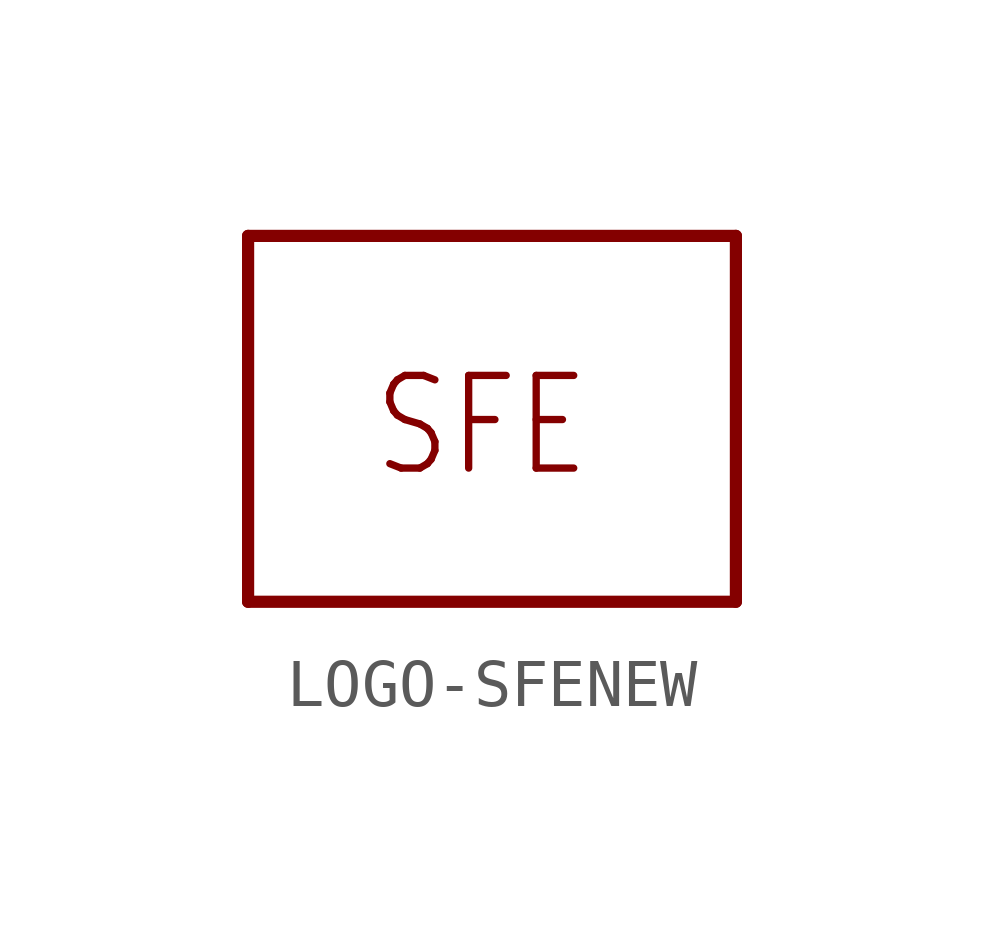
<source format=kicad_sym>
(kicad_symbol_lib
  (version 20220914)
  (generator kicad_symbol_editor)
  (symbol "LOGO-SFENEW"
    (property "Reference" "JP"
      (at 0 0 0)
      (effects (font (size 1.27 1.27)) hide))
    (property "ki_locked" ""
      (at 0 0 0)
      (effects (font (size 1.27 1.27))))
    (symbol "LOGO-SFENEW_1_0"
      (polyline (pts (xy -2.54 -2.54) (xy 7.62 -2.54)) (stroke (width 0.254) (type solid)) (fill (type none)))
      (polyline (pts (xy -2.54 5.08) (xy -2.54 -2.54)) (stroke (width 0.254) (type solid)) (fill (type none)))
      (polyline (pts (xy 7.62 -2.54) (xy 7.62 5.08)) (stroke (width 0.254) (type solid)) (fill (type none)))
      (polyline (pts (xy 7.62 5.08) (xy -2.54 5.08)) (stroke (width 0.254) (type solid)) (fill (type none)))
      (text "SFE" (at 0 0 0) (effects (font (size 1.93 1.641)) (justify left bottom))))))
</source>
